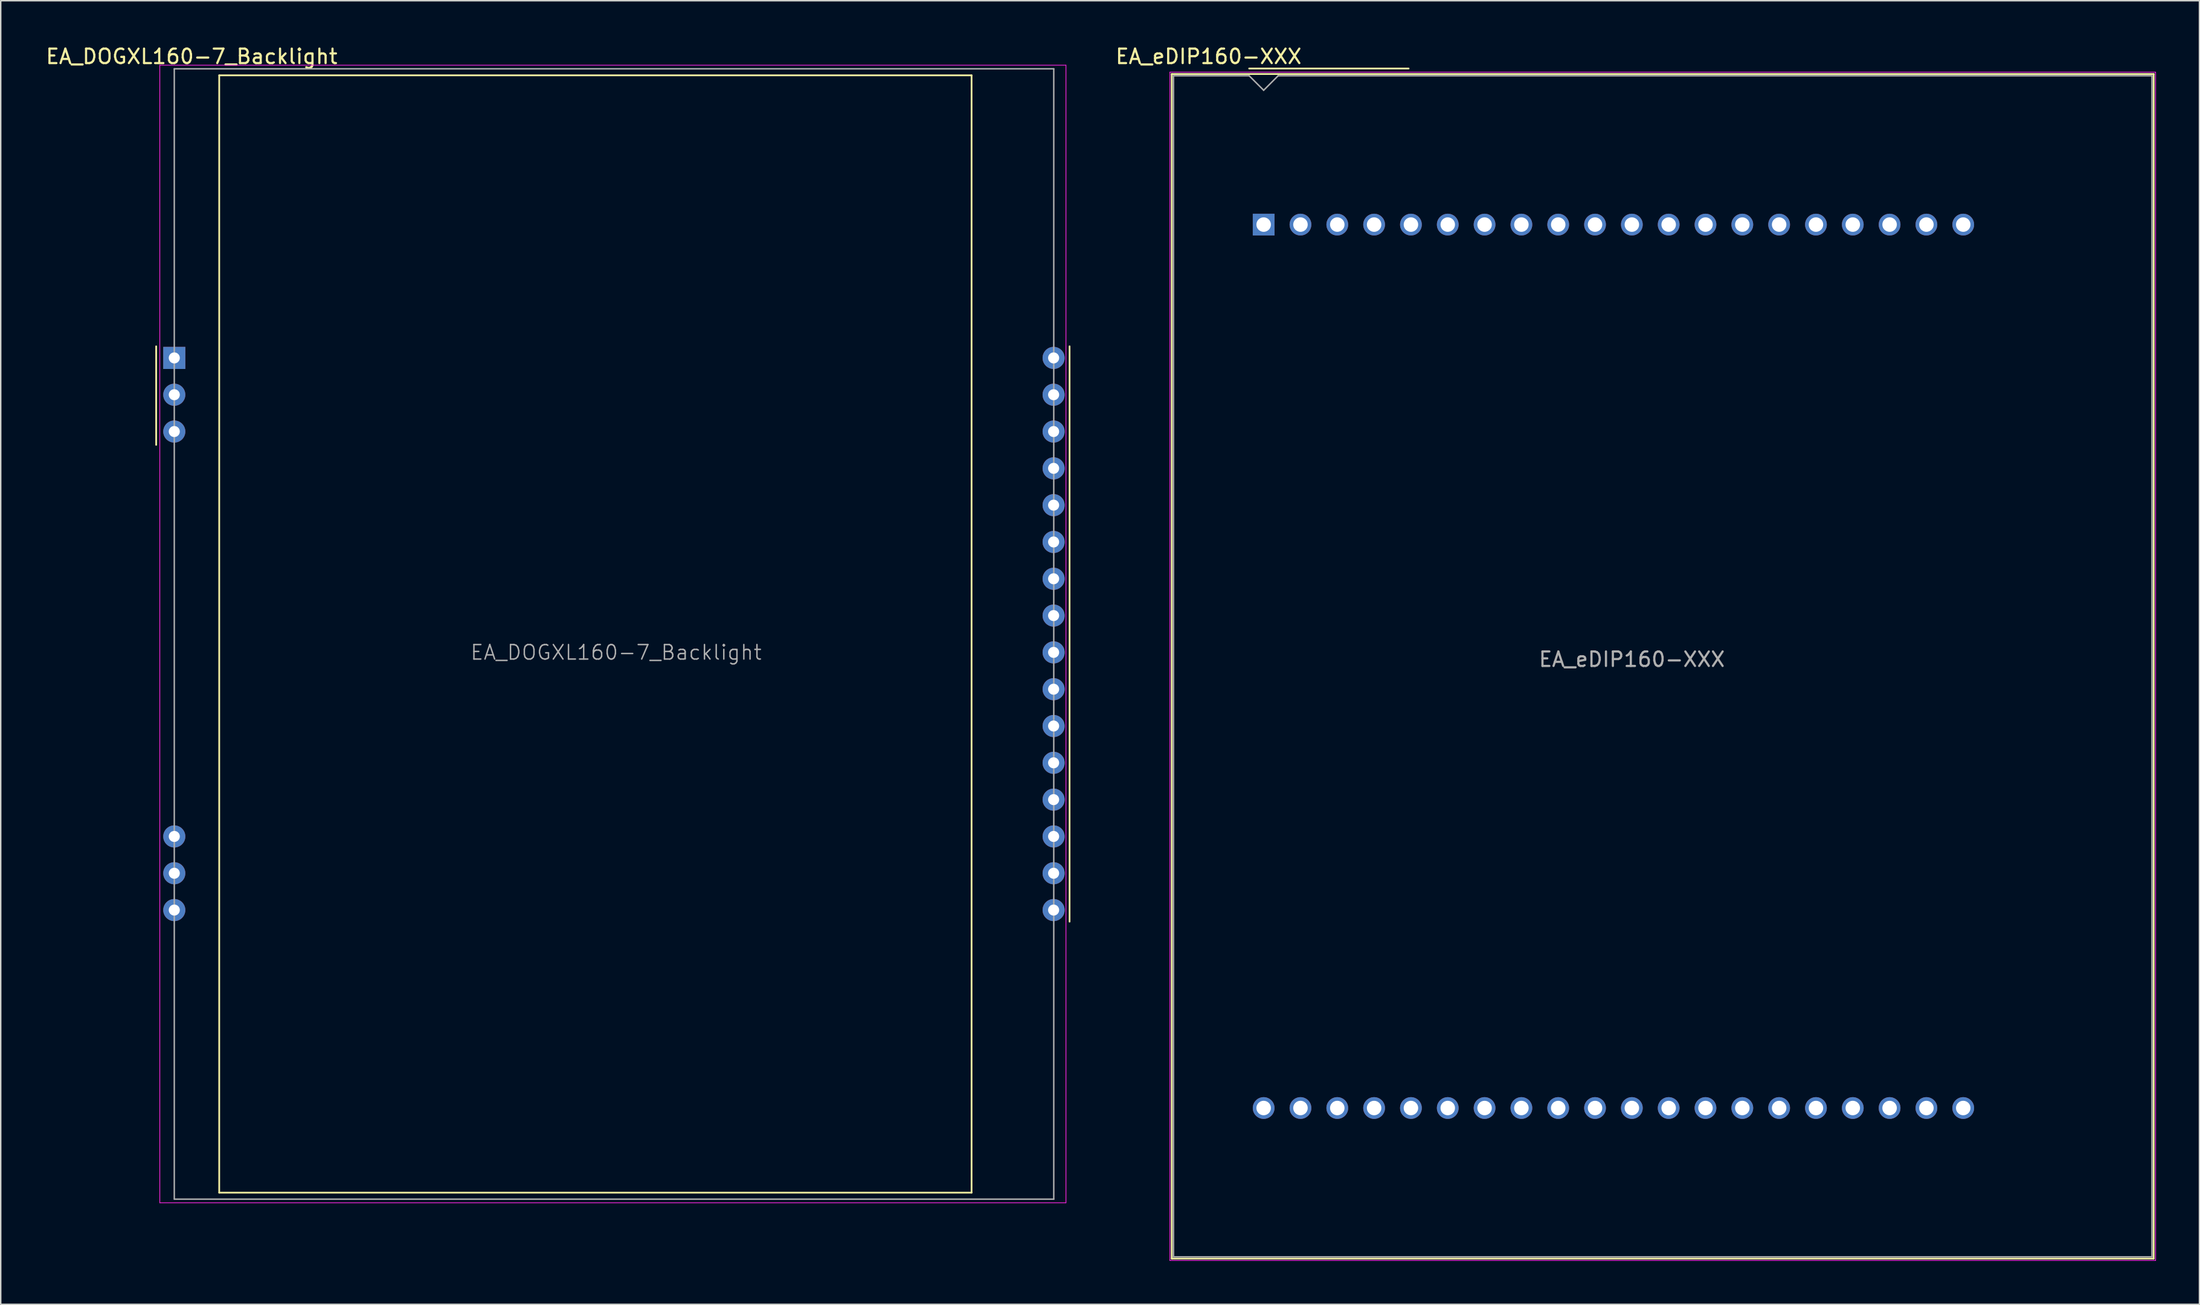
<source format=kicad_pcb>
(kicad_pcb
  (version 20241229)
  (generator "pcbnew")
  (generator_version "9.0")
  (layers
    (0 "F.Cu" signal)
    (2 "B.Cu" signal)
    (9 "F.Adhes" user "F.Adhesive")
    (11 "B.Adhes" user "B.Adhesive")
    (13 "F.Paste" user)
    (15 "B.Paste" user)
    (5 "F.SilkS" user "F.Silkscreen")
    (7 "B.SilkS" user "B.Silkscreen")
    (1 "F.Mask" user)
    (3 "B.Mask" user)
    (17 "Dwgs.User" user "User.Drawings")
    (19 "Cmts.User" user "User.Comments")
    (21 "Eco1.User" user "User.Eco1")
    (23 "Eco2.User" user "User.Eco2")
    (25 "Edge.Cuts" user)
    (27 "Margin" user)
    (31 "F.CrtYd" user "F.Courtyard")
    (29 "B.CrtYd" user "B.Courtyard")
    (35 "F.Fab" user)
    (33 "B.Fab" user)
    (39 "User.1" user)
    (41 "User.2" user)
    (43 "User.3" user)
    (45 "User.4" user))
  (footprint "EA_eDIP160-XXX"
    (layer "F.Cu")
    (at 84.122 12.448)
    (property "Reference" "EA_eDIP160-XXX" (at -3.8 -11.6 0) (layer "F.SilkS") (effects (font (size 1 1) (thickness 0.15))))
    (attr through_hole)
    (fp_line (start -6.34 -10.39) (end 61.4 -10.39) (stroke (width 0.12) (type solid)) (layer "F.SilkS"))
    (fp_line (start -6.34 71.35) (end -6.34 -10.39) (stroke (width 0.12) (type solid)) (layer "F.SilkS"))
    (fp_line (start -1 -10.77) (end 10 -10.77) (stroke (width 0.12) (type solid)) (layer "F.SilkS"))
    (fp_line (start 61.4 -10.39) (end 61.4 71.35) (stroke (width 0.12) (type solid)) (layer "F.SilkS"))
    (fp_line (start 61.4 71.35) (end -6.34 71.35) (stroke (width 0.12) (type solid)) (layer "F.SilkS"))
    (fp_line (start -6.47 -10.52) (end 61.53 -10.52) (stroke (width 0.05) (type solid)) (layer "F.CrtYd"))
    (fp_line (start -6.47 71.48) (end -6.47 -10.52) (stroke (width 0.05) (type solid)) (layer "F.CrtYd"))
    (fp_line (start 61.53 -10.52) (end 61.53 71.48) (stroke (width 0.05) (type solid)) (layer "F.CrtYd"))
    (fp_line (start 61.53 71.48) (end -6.47 71.48) (stroke (width 0.05) (type solid)) (layer "F.CrtYd"))
    (fp_line (start -6.22 71.23) (end -6.22 -10.27) (stroke (width 0.1) (type solid)) (layer "F.Fab"))
    (fp_line (start -1 -10.27) (end -6.22 -10.27) (stroke (width 0.1) (type solid)) (layer "F.Fab"))
    (fp_line (start -1 -10.27) (end 0 -9.27) (stroke (width 0.1) (type solid)) (layer "F.Fab"))
    (fp_line (start 0 -9.27) (end 1 -10.27) (stroke (width 0.1) (type solid)) (layer "F.Fab"))
    (fp_line (start 1 -10.27) (end 61.28 -10.27) (stroke (width 0.1) (type solid)) (layer "F.Fab"))
    (fp_line (start 61.28 -10.27) (end 61.28 71.23) (stroke (width 0.1) (type solid)) (layer "F.Fab"))
    (fp_line (start 61.28 71.23) (end -6.22 71.23) (stroke (width 0.1) (type solid)) (layer "F.Fab"))
    (fp_text user "${REFERENCE}" (at 25.4 30 0) (layer "F.Fab") (effects (font (size 1 1) (thickness 0.15))))
    (pad "1" thru_hole rect (at 0 0) (size 1.5 1.5) (drill 1) (layers "*.Cu" "*.Mask"))
    (pad "2" thru_hole circle (at 2.54 0) (size 1.5 1.5) (drill 1) (layers "*.Cu" "*.Mask"))
    (pad "3" thru_hole circle (at 5.08 0) (size 1.5 1.5) (drill 1) (layers "*.Cu" "*.Mask"))
    (pad "4" thru_hole circle (at 7.62 0) (size 1.5 1.5) (drill 1) (layers "*.Cu" "*.Mask"))
    (pad "5" thru_hole circle (at 10.16 0) (size 1.5 1.5) (drill 1) (layers "*.Cu" "*.Mask"))
    (pad "6" thru_hole circle (at 12.7 0) (size 1.5 1.5) (drill 1) (layers "*.Cu" "*.Mask"))
    (pad "7" thru_hole circle (at 15.24 0) (size 1.5 1.5) (drill 1) (layers "*.Cu" "*.Mask"))
    (pad "8" thru_hole circle (at 17.78 0) (size 1.5 1.5) (drill 1) (layers "*.Cu" "*.Mask"))
    (pad "9" thru_hole circle (at 20.32 0) (size 1.5 1.5) (drill 1) (layers "*.Cu" "*.Mask"))
    (pad "10" thru_hole circle (at 22.86 0) (size 1.5 1.5) (drill 1) (layers "*.Cu" "*.Mask"))
    (pad "11" thru_hole circle (at 25.4 0) (size 1.5 1.5) (drill 1) (layers "*.Cu" "*.Mask"))
    (pad "12" thru_hole circle (at 27.94 0) (size 1.5 1.5) (drill 1) (layers "*.Cu" "*.Mask"))
    (pad "13" thru_hole circle (at 30.48 0) (size 1.5 1.5) (drill 1) (layers "*.Cu" "*.Mask"))
    (pad "14" thru_hole circle (at 33.02 0) (size 1.5 1.5) (drill 1) (layers "*.Cu" "*.Mask"))
    (pad "15" thru_hole circle (at 35.56 0) (size 1.5 1.5) (drill 1) (layers "*.Cu" "*.Mask"))
    (pad "16" thru_hole circle (at 38.1 0) (size 1.5 1.5) (drill 1) (layers "*.Cu" "*.Mask"))
    (pad "17" thru_hole circle (at 40.64 0) (size 1.5 1.5) (drill 1) (layers "*.Cu" "*.Mask"))
    (pad "18" thru_hole circle (at 43.18 0) (size 1.5 1.5) (drill 1) (layers "*.Cu" "*.Mask"))
    (pad "19" thru_hole circle (at 45.72 0) (size 1.5 1.5) (drill 1) (layers "*.Cu" "*.Mask"))
    (pad "20" thru_hole circle (at 48.26 0) (size 1.5 1.5) (drill 1) (layers "*.Cu" "*.Mask"))
    (pad "21" thru_hole circle (at 48.26 60.96) (size 1.5 1.5) (drill 1) (layers "*.Cu" "*.Mask"))
    (pad "22" thru_hole circle (at 45.72 60.96) (size 1.5 1.5) (drill 1) (layers "*.Cu" "*.Mask"))
    (pad "23" thru_hole circle (at 43.18 60.96) (size 1.5 1.5) (drill 1) (layers "*.Cu" "*.Mask"))
    (pad "24" thru_hole circle (at 40.64 60.96) (size 1.5 1.5) (drill 1) (layers "*.Cu" "*.Mask"))
    (pad "25" thru_hole circle (at 38.1 60.96) (size 1.5 1.5) (drill 1) (layers "*.Cu" "*.Mask"))
    (pad "26" thru_hole circle (at 35.56 60.96) (size 1.5 1.5) (drill 1) (layers "*.Cu" "*.Mask"))
    (pad "27" thru_hole circle (at 33.02 60.96) (size 1.5 1.5) (drill 1) (layers "*.Cu" "*.Mask"))
    (pad "28" thru_hole circle (at 30.48 60.96) (size 1.5 1.5) (drill 1) (layers "*.Cu" "*.Mask"))
    (pad "29" thru_hole circle (at 27.94 60.96) (size 1.5 1.5) (drill 1) (layers "*.Cu" "*.Mask"))
    (pad "30" thru_hole circle (at 25.4 60.96) (size 1.5 1.5) (drill 1) (layers "*.Cu" "*.Mask"))
    (pad "31" thru_hole circle (at 22.86 60.96) (size 1.5 1.5) (drill 1) (layers "*.Cu" "*.Mask"))
    (pad "32" thru_hole circle (at 20.32 60.96) (size 1.5 1.5) (drill 1) (layers "*.Cu" "*.Mask"))
    (pad "33" thru_hole circle (at 17.78 60.96) (size 1.5 1.5) (drill 1) (layers "*.Cu" "*.Mask"))
    (pad "34" thru_hole circle (at 15.24 60.96) (size 1.5 1.5) (drill 1) (layers "*.Cu" "*.Mask"))
    (pad "35" thru_hole circle (at 12.7 60.96) (size 1.5 1.5) (drill 1) (layers "*.Cu" "*.Mask"))
    (pad "36" thru_hole circle (at 10.16 60.96) (size 1.5 1.5) (drill 1) (layers "*.Cu" "*.Mask"))
    (pad "37" thru_hole circle (at 7.62 60.96) (size 1.5 1.5) (drill 1) (layers "*.Cu" "*.Mask"))
    (pad "38" thru_hole circle (at 5.08 60.96) (size 1.5 1.5) (drill 1) (layers "*.Cu" "*.Mask"))
    (pad "39" thru_hole circle (at 2.54 60.96) (size 1.5 1.5) (drill 1) (layers "*.Cu" "*.Mask"))
    (pad "40" thru_hole circle (at 0 60.96) (size 1.5 1.5) (drill 1) (layers "*.Cu" "*.Mask")))
  (footprint "EA_DOGXL160-7_Backlight"
    (layer "F.Cu")
    (at 8.973 21.648)
    (property "Reference" "EA_DOGXL160-7_Backlight" (at 1.2 -20.8 0) (layer "F.SilkS") (effects (font (size 1 1) (thickness 0.15))))
    (attr through_hole)
    (fp_line (start -1.25 -0.8) (end -1.25 6) (stroke (width 0.12) (type solid)) (layer "F.SilkS"))
    (fp_line (start 3.1 -19.5) (end 3.1 57.6) (stroke (width 0.12) (type solid)) (layer "F.SilkS"))
    (fp_line (start 3.1 57.6) (end 55 57.6) (stroke (width 0.12) (type solid)) (layer "F.SilkS"))
    (fp_line (start 55 -19.5) (end 3.1 -19.5) (stroke (width 0.12) (type solid)) (layer "F.SilkS"))
    (fp_line (start 55 57.6) (end 55 -19.5) (stroke (width 0.12) (type solid)) (layer "F.SilkS"))
    (fp_line (start 61.76 -0.8) (end 61.76 38.9) (stroke (width 0.12) (type solid)) (layer "F.SilkS"))
    (fp_line (start -1 -20.2) (end 61.51 -20.2) (stroke (width 0.05) (type solid)) (layer "F.CrtYd"))
    (fp_line (start -1 58.3) (end -1 -20.2) (stroke (width 0.05) (type solid)) (layer "F.CrtYd"))
    (fp_line (start 61.51 -20.2) (end 61.51 58.3) (stroke (width 0.05) (type solid)) (layer "F.CrtYd"))
    (fp_line (start 61.51 58.3) (end -1 58.3) (stroke (width 0.05) (type solid)) (layer "F.CrtYd"))
    (fp_line (start 0 -19.95) (end 60.67 -19.95) (stroke (width 0.1) (type solid)) (layer "F.Fab"))
    (fp_line (start 0 58.05) (end 0 -19.95) (stroke (width 0.1) (type solid)) (layer "F.Fab"))
    (fp_line (start 60.67 -19.95) (end 60.67 58.05) (stroke (width 0.1) (type solid)) (layer "F.Fab"))
    (fp_line (start 60.67 58.05) (end 0.01 58.05) (stroke (width 0.1) (type solid)) (layer "F.Fab"))
    (fp_text user "${REFERENCE}" (at 30.48 20.32 0) (layer "F.Fab") (effects (font (size 1 1) (thickness 0.1))))
    (pad "1" thru_hole rect (at 0 0) (size 1.524 1.524) (drill 0.762) (layers "*.Cu" "*.Mask"))
    (pad "2" thru_hole circle (at 0 2.54) (size 1.524 1.524) (drill 0.762) (layers "*.Cu" "*.Mask"))
    (pad "3" thru_hole circle (at 0 5.08) (size 1.524 1.524) (drill 0.762) (layers "*.Cu" "*.Mask"))
    (pad "14" thru_hole circle (at 0 33.02) (size 1.524 1.524) (drill 0.762) (layers "*.Cu" "*.Mask"))
    (pad "15" thru_hole circle (at 0 35.56) (size 1.524 1.524) (drill 0.762) (layers "*.Cu" "*.Mask"))
    (pad "16" thru_hole circle (at 0 38.1) (size 1.524 1.524) (drill 0.762) (layers "*.Cu" "*.Mask"))
    (pad "17" thru_hole circle (at 60.66 38.1) (size 1.524 1.524) (drill 0.762) (layers "*.Cu" "*.Mask"))
    (pad "18" thru_hole circle (at 60.66 35.56) (size 1.524 1.524) (drill 0.762) (layers "*.Cu" "*.Mask"))
    (pad "19" thru_hole circle (at 60.66 33.02) (size 1.524 1.524) (drill 0.762) (layers "*.Cu" "*.Mask"))
    (pad "20" thru_hole circle (at 60.66 30.48) (size 1.524 1.524) (drill 0.762) (layers "*.Cu" "*.Mask"))
    (pad "21" thru_hole circle (at 60.66 27.94) (size 1.524 1.524) (drill 0.762) (layers "*.Cu" "*.Mask"))
    (pad "22" thru_hole circle (at 60.66 25.4) (size 1.524 1.524) (drill 0.762) (layers "*.Cu" "*.Mask"))
    (pad "23" thru_hole circle (at 60.66 22.86) (size 1.524 1.524) (drill 0.762) (layers "*.Cu" "*.Mask"))
    (pad "24" thru_hole circle (at 60.66 20.32) (size 1.524 1.524) (drill 0.762) (layers "*.Cu" "*.Mask"))
    (pad "25" thru_hole circle (at 60.66 17.78) (size 1.524 1.524) (drill 0.762) (layers "*.Cu" "*.Mask"))
    (pad "26" thru_hole circle (at 60.66 15.24) (size 1.524 1.524) (drill 0.762) (layers "*.Cu" "*.Mask"))
    (pad "27" thru_hole circle (at 60.66 12.7) (size 1.524 1.524) (drill 0.762) (layers "*.Cu" "*.Mask"))
    (pad "28" thru_hole circle (at 60.66 10.16) (size 1.524 1.524) (drill 0.762) (layers "*.Cu" "*.Mask"))
    (pad "29" thru_hole circle (at 60.66 7.62) (size 1.524 1.524) (drill 0.762) (layers "*.Cu" "*.Mask"))
    (pad "30" thru_hole circle (at 60.66 5.08) (size 1.524 1.524) (drill 0.762) (layers "*.Cu" "*.Mask"))
    (pad "31" thru_hole circle (at 60.66 2.54) (size 1.524 1.524) (drill 0.762) (layers "*.Cu" "*.Mask"))
    (pad "32" thru_hole circle (at 60.66 0) (size 1.524 1.524) (drill 0.762) (layers "*.Cu" "*.Mask")))
  (gr_rect
    (start -3 -3)
    (end 148.677 86.953)
    (stroke (width 0.1) (type default))
    (fill no)
    (layer "Edge.Cuts")))
</source>
